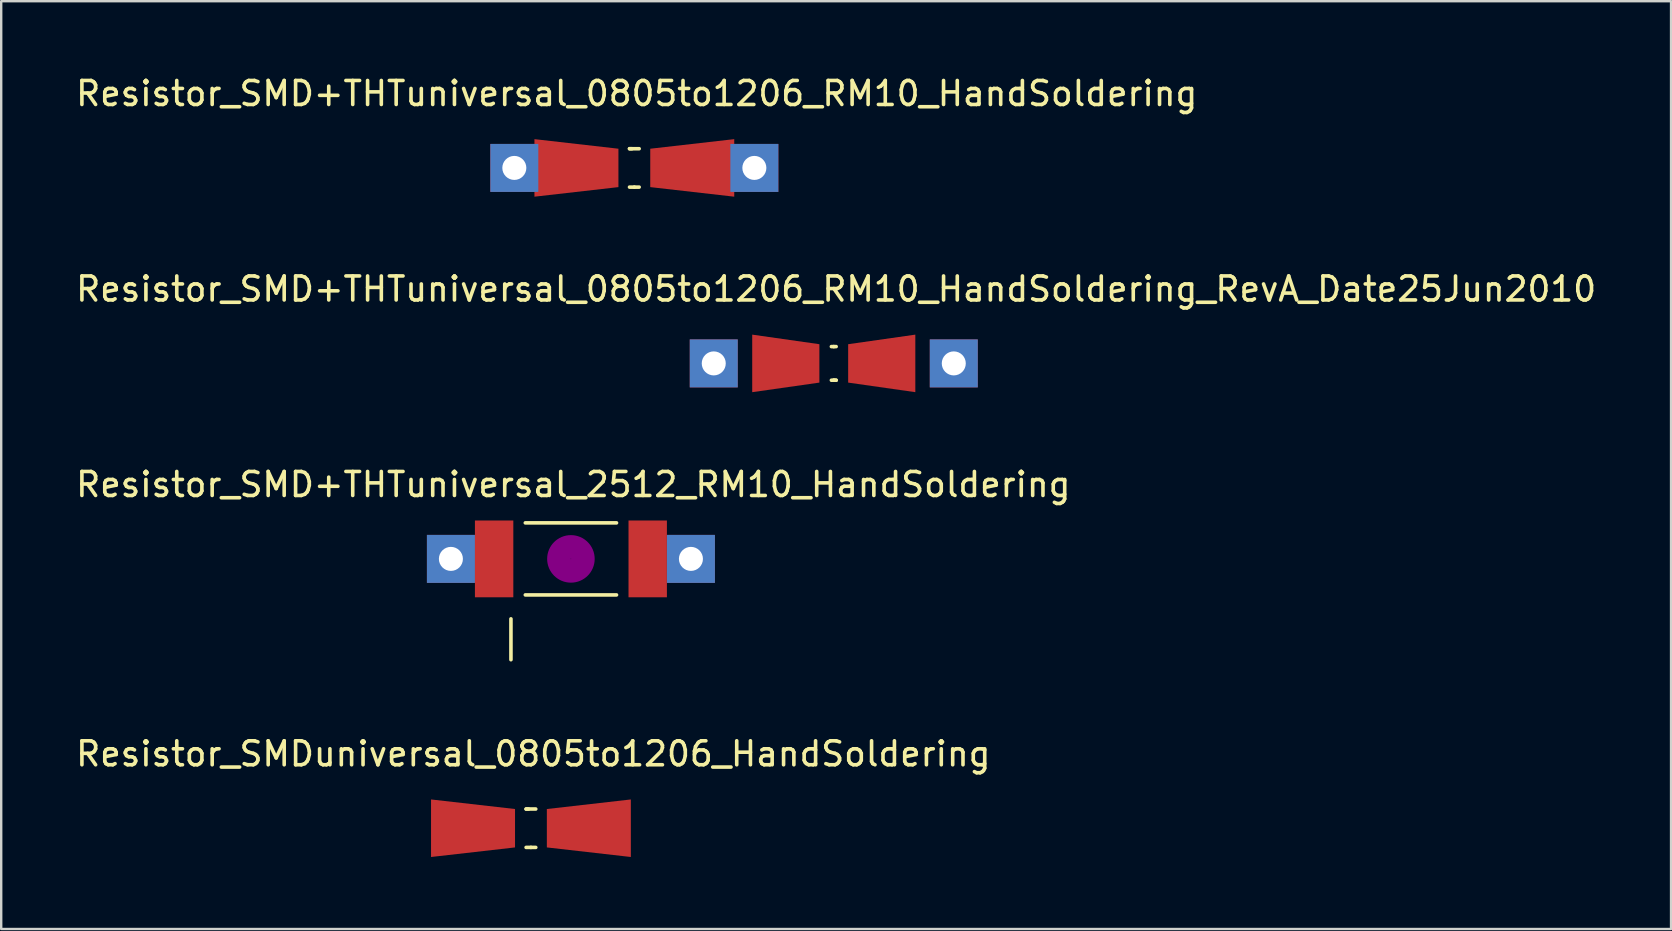
<source format=kicad_pcb>
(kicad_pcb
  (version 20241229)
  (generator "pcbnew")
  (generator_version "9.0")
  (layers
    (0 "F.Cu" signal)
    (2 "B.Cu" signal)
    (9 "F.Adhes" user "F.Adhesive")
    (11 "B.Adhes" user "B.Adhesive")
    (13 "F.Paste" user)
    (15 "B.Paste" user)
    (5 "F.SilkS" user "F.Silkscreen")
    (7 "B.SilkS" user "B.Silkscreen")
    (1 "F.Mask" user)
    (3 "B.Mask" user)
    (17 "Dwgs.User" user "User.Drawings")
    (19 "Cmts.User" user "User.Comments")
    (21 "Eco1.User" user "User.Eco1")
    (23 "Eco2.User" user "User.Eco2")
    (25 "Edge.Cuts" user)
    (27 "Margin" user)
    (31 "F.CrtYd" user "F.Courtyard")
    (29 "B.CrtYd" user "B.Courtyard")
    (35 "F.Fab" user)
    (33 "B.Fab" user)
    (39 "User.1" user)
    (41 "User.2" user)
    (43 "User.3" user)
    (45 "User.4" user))
  (footprint "Resistor_SMD+THTuniversal_0805to1206_RM10_HandSoldering_RevA_Date25Jun2010"
    (layer "F.Cu")
    (at 31.693 12.093)
    (property "Reference" "Resistor_SMD+THTuniversal_0805to1206_RM10_HandSoldering_RevA_Date25Jun2010" (at 0.099 -3.099 0) (layer "F.SilkS") (effects (font (size 1 1) (thickness 0.15))))
    (attr through_hole)
    (fp_line (start 0 -0.701) (end -0.099 -0.701) (stroke (width 0.15) (type solid)) (layer "F.SilkS"))
    (fp_line (start 0 -0.701) (end 0.099 -0.701) (stroke (width 0.15) (type solid)) (layer "F.SilkS"))
    (fp_line (start 0 0.701) (end -0.099 0.701) (stroke (width 0.15) (type solid)) (layer "F.SilkS"))
    (fp_line (start 0 0.701) (end 0.099 0.701) (stroke (width 0.15) (type solid)) (layer "F.SilkS"))
    (fp_line (start 0.099 0.701) (end 0 0.701) (stroke (width 0.15) (type solid)) (layer "F.SilkS"))
    (pad "1" thru_hole rect (at -5.001 0 180) (size 1.999 1.999) (drill 1.001) (layers "*.Cu" "*.Mask"))
    (pad "1" smd trapezoid (at -1.999 0) (size 2.799 1.999) (rect_delta 0.399 0) (layers "F.Cu" "F.Mask" "F.Paste"))
    (pad "2" smd trapezoid (at 1.999 0 180) (size 2.799 1.999) (rect_delta 0.399 0) (layers "F.Cu" "F.Mask" "F.Paste"))
    (pad "2" thru_hole rect (at 5.001 0 180) (size 1.999 1.999) (drill 1.001) (layers "*.Cu" "*.Mask")))
  (footprint "Resistor_SMD+THTuniversal_0805to1206_RM10_HandSoldering"
    (layer "F.Cu")
    (at 23.383 3.947)
    (property "Reference" "Resistor_SMD+THTuniversal_0805to1206_RM10_HandSoldering" (at 0.099 -3.099 0) (layer "F.SilkS") (effects (font (size 1 1) (thickness 0.15))))
    (attr through_hole)
    (fp_line (start -0.201 -0.8) (end 0.201 -0.8) (stroke (width 0.15) (type solid)) (layer "F.SilkS"))
    (fp_line (start -0.099 -0.8) (end -0.201 -0.8) (stroke (width 0.15) (type solid)) (layer "F.SilkS"))
    (fp_line (start 0 0.8) (end -0.201 0.8) (stroke (width 0.15) (type solid)) (layer "F.SilkS"))
    (fp_line (start 0 0.8) (end 0.201 0.8) (stroke (width 0.15) (type solid)) (layer "F.SilkS"))
    (pad "1" thru_hole rect (at -5.001 0 180) (size 1.999 1.999) (drill 1.001) (layers "*.Cu" "*.Mask"))
    (pad "1" smd trapezoid (at -2.413 0) (size 3.5 1.999) (rect_delta 0.399 0) (layers "F.Cu" "F.Mask" "F.Paste"))
    (pad "2" smd trapezoid (at 2.413 0 180) (size 3.5 1.999) (rect_delta 0.399 0) (layers "F.Cu" "F.Mask" "F.Paste"))
    (pad "2" thru_hole rect (at 5.001 0 180) (size 1.999 1.999) (drill 1.001) (layers "*.Cu" "*.Mask")))
  (footprint "Resistor_SMDuniversal_0805to1206_HandSoldering"
    (layer "F.Cu")
    (at 19.074 31.462)
    (property "Reference" "Resistor_SMDuniversal_0805to1206_HandSoldering" (at 0.099 -3.099 0) (layer "F.SilkS") (effects (font (size 1 1) (thickness 0.15))))
    (attr through_hole)
    (fp_line (start -0.201 -0.8) (end 0.201 -0.8) (stroke (width 0.15) (type solid)) (layer "F.SilkS"))
    (fp_line (start -0.099 -0.8) (end -0.201 -0.8) (stroke (width 0.15) (type solid)) (layer "F.SilkS"))
    (fp_line (start 0 0.8) (end -0.201 0.8) (stroke (width 0.15) (type solid)) (layer "F.SilkS"))
    (fp_line (start 0 0.8) (end 0.201 0.8) (stroke (width 0.15) (type solid)) (layer "F.SilkS"))
    (pad "1" smd trapezoid (at -2.413 0) (size 3.5 1.999) (rect_delta 0.399 0) (layers "F.Cu" "F.Mask" "F.Paste"))
    (pad "2" smd trapezoid (at 2.413 0 180) (size 3.5 1.999) (rect_delta 0.399 0) (layers "F.Cu" "F.Mask" "F.Paste")))
  (footprint "Resistor_SMD+THTuniversal_2512_RM10_HandSoldering"
    (layer "F.Cu")
    (at 20.74 20.239)
    (property "Reference" "Resistor_SMD+THTuniversal_2512_RM10_HandSoldering" (at 0.099 -3.099 0) (layer "F.SilkS") (effects (font (size 1 1) (thickness 0.15))))
    (attr through_hole)
    (fp_line (start -2.499 2.499) (end -2.499 4.201) (stroke (width 0.15) (type solid)) (layer "F.SilkS"))
    (fp_line (start 1.9 -1.501) (end -1.9 -1.501) (stroke (width 0.15) (type solid)) (layer "F.SilkS"))
    (fp_line (start 1.9 1.501) (end -1.9 1.501) (stroke (width 0.15) (type solid)) (layer "F.SilkS"))
    (fp_circle (center 0 0) (end 0.201 0) (stroke (width 0.381) (type solid)) (fill no) (layer "F.Adhes"))
    (fp_circle (center 0 0) (end 0.5 0) (stroke (width 0.381) (type solid)) (fill no) (layer "F.Adhes"))
    (fp_circle (center 0 0) (end 0.8 0) (stroke (width 0.381) (type solid)) (fill no) (layer "F.Adhes"))
    (pad "1" thru_hole rect (at -5.001 0 180) (size 1.999 1.999) (drill 1.001) (layers "*.Cu" "*.Mask"))
    (pad "1" smd rect (at -3.2 0) (size 1.6 3.2) (layers "F.Cu" "F.Mask" "F.Paste"))
    (pad "2" smd rect (at 3.2 0) (size 1.6 3.2) (layers "F.Cu" "F.Mask" "F.Paste"))
    (pad "2" thru_hole rect (at 5.001 0 180) (size 1.999 1.999) (drill 1.001) (layers "*.Cu" "*.Mask")))
  (gr_rect
    (start -3 -3)
    (end 66.583 35.661)
    (stroke (width 0.1) (type default))
    (fill no)
    (layer "Edge.Cuts")))
</source>
